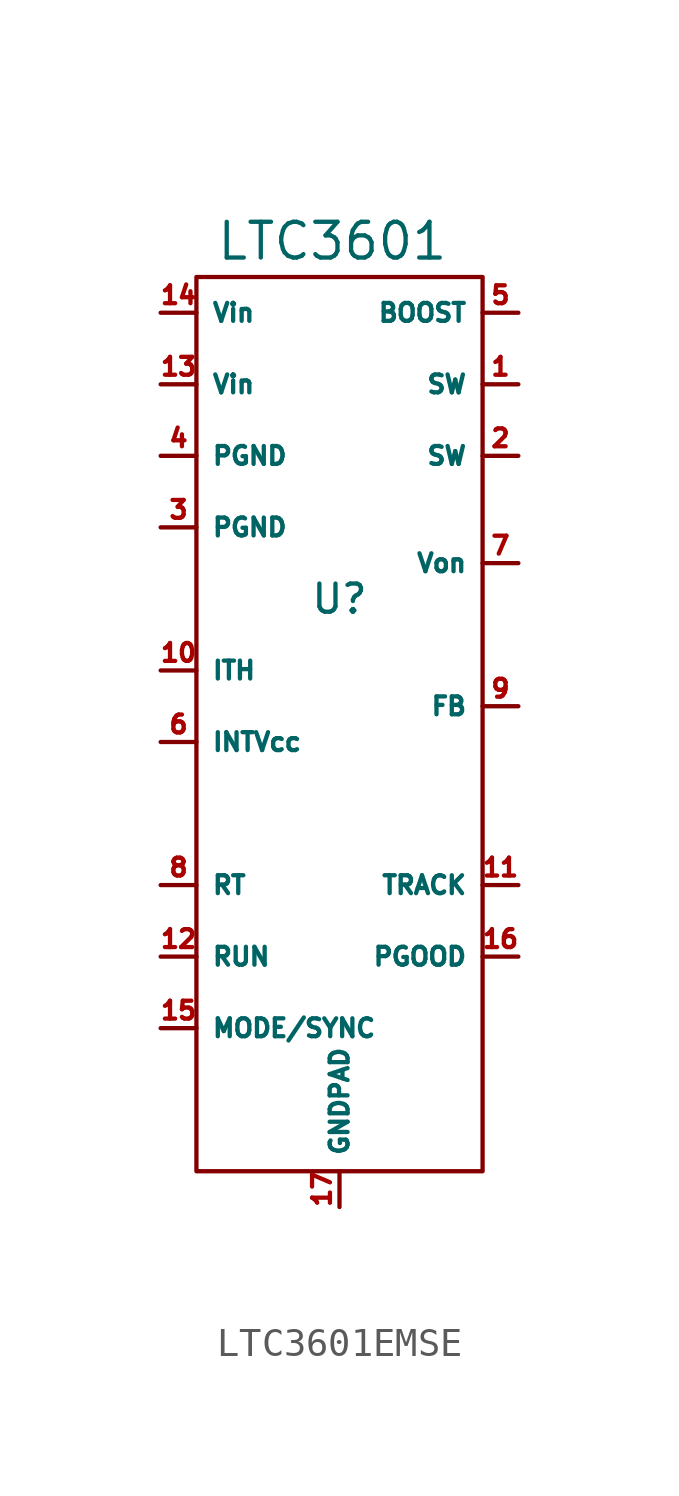
<source format=kicad_sym>
(kicad_symbol_lib
  (version 20241209)
  (generator "kicad_symbol_editor")
  (generator_version "9.0")
  (symbol "LTC3601EMSE"
    (property "Reference" "U"
      (at 0 0 0)
      (effects (font (size 1 1))))
    (property "Value" "LTC3601"
      (at -0.254 12.7 0)
      (effects (font (size 1.27 1.27))))
    (symbol "LTC3601EMSE_0_1"
      (rectangle (start -5.08 11.43) (end 5.08 -20.32) (stroke (width 0) (type default)) (fill (type none))))
    (symbol "LTC3601EMSE_1_0"
      (pin power_in line (at -6.35 10.16 0) (length 1.27) (name "Vin" (effects (font (size 0.635 0.635)))) (number "14" (effects (font (size 0.635 0.635)))))
      (pin power_in line (at -6.35 7.62 0) (length 1.27) (name "Vin" (effects (font (size 0.635 0.635)))) (number "13" (effects (font (size 0.635 0.635)))))
      (pin power_in line (at -6.35 5.08 0) (length 1.27) (name "PGND" (effects (font (size 0.635 0.635)))) (number "4" (effects (font (size 0.635 0.635)))))
      (pin power_in line (at -6.35 2.54 0) (length 1.27) (name "PGND" (effects (font (size 0.635 0.635)))) (number "3" (effects (font (size 0.635 0.635)))))
      (pin input line (at -6.35 -2.54 0) (length 1.27) (name "ITH" (effects (font (size 0.635 0.635)))) (number "10" (effects (font (size 0.635 0.635)))))
      (pin power_out line (at -6.35 -5.08 0) (length 1.27) (name "INTVcc" (effects (font (size 0.635 0.635)))) (number "6" (effects (font (size 0.635 0.635)))))
      (pin input line (at -6.35 -10.16 0) (length 1.27) (name "RT" (effects (font (size 0.635 0.635)))) (number "8" (effects (font (size 0.635 0.635)))))
      (pin input line (at -6.35 -12.7 0) (length 1.27) (name "RUN" (effects (font (size 0.635 0.635)))) (number "12" (effects (font (size 0.635 0.635)))))
      (pin input line (at -6.35 -15.24 0) (length 1.27) (name "MODE/SYNC" (effects (font (size 0.635 0.635)))) (number "15" (effects (font (size 0.635 0.635)))))
      (pin input line (at 0 -21.59 90) (length 1.27) (name "GNDPAD" (effects (font (size 0.635 0.635)))) (number "17" (effects (font (size 0.635 0.635)))))
      (pin output line (at 6.35 10.16 180) (length 1.27) (name "BOOST" (effects (font (size 0.635 0.635)))) (number "5" (effects (font (size 0.635 0.635)))))
      (pin output line (at 6.35 7.62 180) (length 1.27) (name "SW" (effects (font (size 0.635 0.635)))) (number "1" (effects (font (size 0.635 0.635)))))
      (pin output line (at 6.35 5.08 180) (length 1.27) (name "SW" (effects (font (size 0.635 0.635)))) (number "2" (effects (font (size 0.635 0.635)))))
      (pin input line (at 6.35 1.27 180) (length 1.27) (name "Von" (effects (font (size 0.635 0.635)))) (number "7" (effects (font (size 0.635 0.635)))))
      (pin input line (at 6.35 -3.81 180) (length 1.27) (name "FB" (effects (font (size 0.635 0.635)))) (number "9" (effects (font (size 0.635 0.635)))))
      (pin bidirectional line (at 6.35 -10.16 180) (length 1.27) (name "TRACK" (effects (font (size 0.635 0.635)))) (number "11" (effects (font (size 0.635 0.635)))))
      (pin output line (at 6.35 -12.7 180) (length 1.27) (name "PGOOD" (effects (font (size 0.635 0.635)))) (number "16" (effects (font (size 0.635 0.635))))))))
</source>
